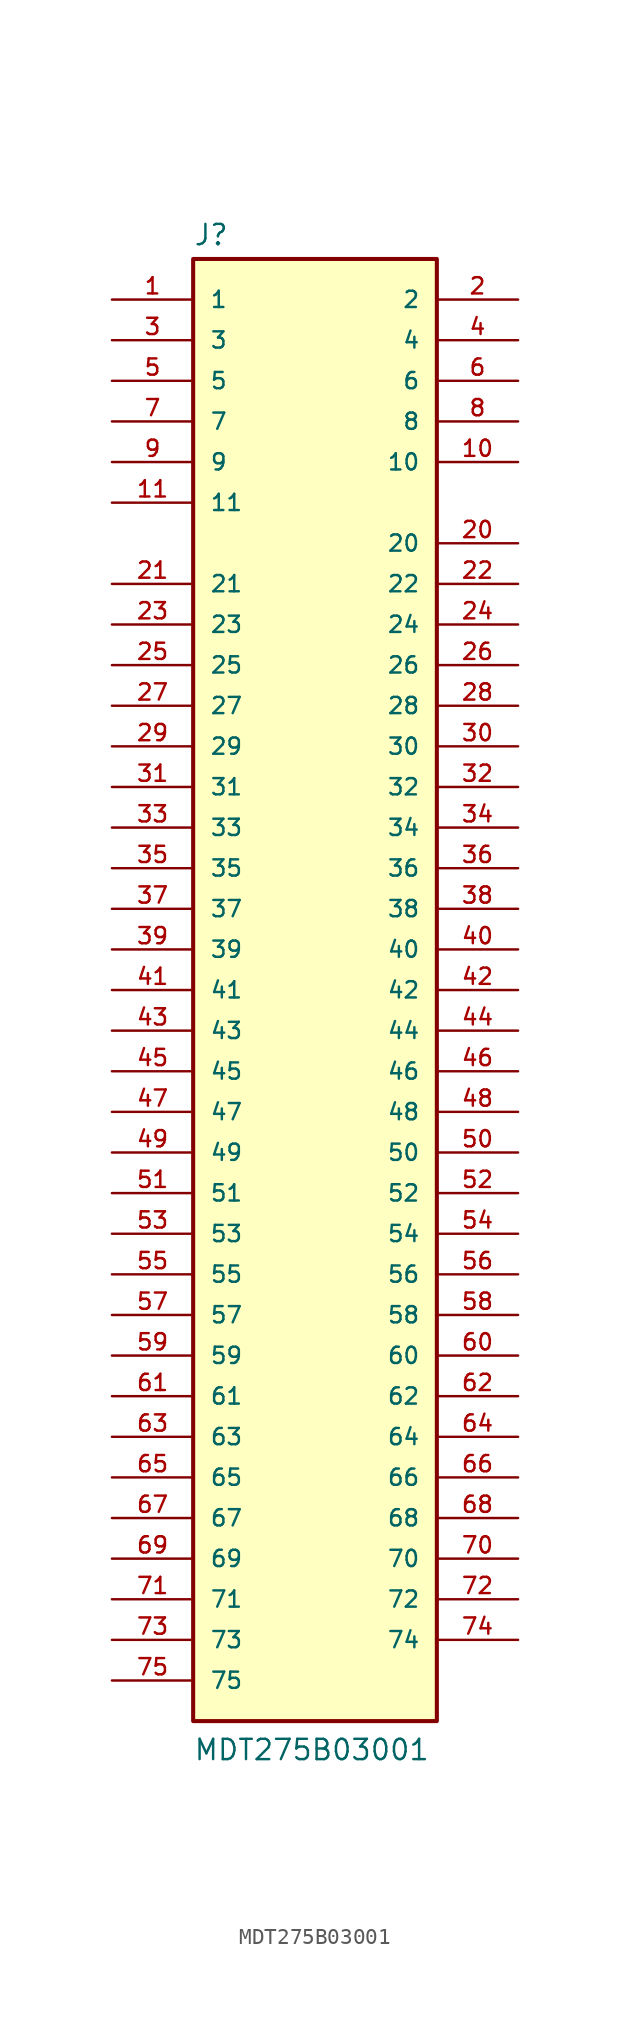
<source format=kicad_sym>
(kicad_symbol_lib
  (version 20211014)
  (generator kicad_symbol_editor)
  (symbol "MDT275B03001"
    (pin_names
      (offset 1.016))
    (property "Reference" "J"
      (at -7.62 46.482 0)
      (effects (font (size 1.27 1.27)) (justify bottom left)))
    (property "Value" "MDT275B03001"
      (at -7.62 -48.26 0)
      (effects (font (size 1.27 1.27)) (justify bottom left)))
    (symbol "MDT275B03001_0_0"
      (rectangle (start -7.62 -45.72) (end 7.62 45.72) (stroke (width 0.254)) (fill (type background)))
      (pin passive line (at -12.7 43.18 0) (length 5.08) (name "1" (effects (font (size 1.016 1.016)))) (number "1" (effects (font (size 1.016 1.016)))))
      (pin passive line (at 12.7 43.18 180.0) (length 5.08) (name "2" (effects (font (size 1.016 1.016)))) (number "2" (effects (font (size 1.016 1.016)))))
      (pin passive line (at -12.7 40.64 0) (length 5.08) (name "3" (effects (font (size 1.016 1.016)))) (number "3" (effects (font (size 1.016 1.016)))))
      (pin passive line (at 12.7 40.64 180.0) (length 5.08) (name "4" (effects (font (size 1.016 1.016)))) (number "4" (effects (font (size 1.016 1.016)))))
      (pin passive line (at -12.7 38.1 0) (length 5.08) (name "5" (effects (font (size 1.016 1.016)))) (number "5" (effects (font (size 1.016 1.016)))))
      (pin passive line (at 12.7 38.1 180.0) (length 5.08) (name "6" (effects (font (size 1.016 1.016)))) (number "6" (effects (font (size 1.016 1.016)))))
      (pin passive line (at -12.7 35.56 0) (length 5.08) (name "7" (effects (font (size 1.016 1.016)))) (number "7" (effects (font (size 1.016 1.016)))))
      (pin passive line (at 12.7 35.56 180.0) (length 5.08) (name "8" (effects (font (size 1.016 1.016)))) (number "8" (effects (font (size 1.016 1.016)))))
      (pin passive line (at -12.7 33.02 0) (length 5.08) (name "9" (effects (font (size 1.016 1.016)))) (number "9" (effects (font (size 1.016 1.016)))))
      (pin passive line (at 12.7 33.02 180.0) (length 5.08) (name "10" (effects (font (size 1.016 1.016)))) (number "10" (effects (font (size 1.016 1.016)))))
      (pin passive line (at -12.7 30.48 0) (length 5.08) (name "11" (effects (font (size 1.016 1.016)))) (number "11" (effects (font (size 1.016 1.016)))))
      (pin passive line (at 12.7 27.94 180.0) (length 5.08) (name "20" (effects (font (size 1.016 1.016)))) (number "20" (effects (font (size 1.016 1.016)))))
      (pin passive line (at -12.7 25.4 0) (length 5.08) (name "21" (effects (font (size 1.016 1.016)))) (number "21" (effects (font (size 1.016 1.016)))))
      (pin passive line (at 12.7 25.4 180.0) (length 5.08) (name "22" (effects (font (size 1.016 1.016)))) (number "22" (effects (font (size 1.016 1.016)))))
      (pin passive line (at -12.7 22.86 0) (length 5.08) (name "23" (effects (font (size 1.016 1.016)))) (number "23" (effects (font (size 1.016 1.016)))))
      (pin passive line (at 12.7 22.86 180.0) (length 5.08) (name "24" (effects (font (size 1.016 1.016)))) (number "24" (effects (font (size 1.016 1.016)))))
      (pin passive line (at -12.7 20.32 0) (length 5.08) (name "25" (effects (font (size 1.016 1.016)))) (number "25" (effects (font (size 1.016 1.016)))))
      (pin passive line (at 12.7 20.32 180.0) (length 5.08) (name "26" (effects (font (size 1.016 1.016)))) (number "26" (effects (font (size 1.016 1.016)))))
      (pin passive line (at -12.7 17.78 0) (length 5.08) (name "27" (effects (font (size 1.016 1.016)))) (number "27" (effects (font (size 1.016 1.016)))))
      (pin passive line (at 12.7 17.78 180.0) (length 5.08) (name "28" (effects (font (size 1.016 1.016)))) (number "28" (effects (font (size 1.016 1.016)))))
      (pin passive line (at -12.7 15.24 0) (length 5.08) (name "29" (effects (font (size 1.016 1.016)))) (number "29" (effects (font (size 1.016 1.016)))))
      (pin passive line (at 12.7 15.24 180.0) (length 5.08) (name "30" (effects (font (size 1.016 1.016)))) (number "30" (effects (font (size 1.016 1.016)))))
      (pin passive line (at -12.7 12.7 0) (length 5.08) (name "31" (effects (font (size 1.016 1.016)))) (number "31" (effects (font (size 1.016 1.016)))))
      (pin passive line (at 12.7 12.7 180.0) (length 5.08) (name "32" (effects (font (size 1.016 1.016)))) (number "32" (effects (font (size 1.016 1.016)))))
      (pin passive line (at -12.7 10.16 0) (length 5.08) (name "33" (effects (font (size 1.016 1.016)))) (number "33" (effects (font (size 1.016 1.016)))))
      (pin passive line (at 12.7 10.16 180.0) (length 5.08) (name "34" (effects (font (size 1.016 1.016)))) (number "34" (effects (font (size 1.016 1.016)))))
      (pin passive line (at -12.7 7.62 0) (length 5.08) (name "35" (effects (font (size 1.016 1.016)))) (number "35" (effects (font (size 1.016 1.016)))))
      (pin passive line (at 12.7 7.62 180.0) (length 5.08) (name "36" (effects (font (size 1.016 1.016)))) (number "36" (effects (font (size 1.016 1.016)))))
      (pin passive line (at -12.7 5.08 0) (length 5.08) (name "37" (effects (font (size 1.016 1.016)))) (number "37" (effects (font (size 1.016 1.016)))))
      (pin passive line (at 12.7 5.08 180.0) (length 5.08) (name "38" (effects (font (size 1.016 1.016)))) (number "38" (effects (font (size 1.016 1.016)))))
      (pin passive line (at -12.7 2.54 0) (length 5.08) (name "39" (effects (font (size 1.016 1.016)))) (number "39" (effects (font (size 1.016 1.016)))))
      (pin passive line (at 12.7 2.54 180.0) (length 5.08) (name "40" (effects (font (size 1.016 1.016)))) (number "40" (effects (font (size 1.016 1.016)))))
      (pin passive line (at -12.7 0.0 0) (length 5.08) (name "41" (effects (font (size 1.016 1.016)))) (number "41" (effects (font (size 1.016 1.016)))))
      (pin passive line (at 12.7 0.0 180.0) (length 5.08) (name "42" (effects (font (size 1.016 1.016)))) (number "42" (effects (font (size 1.016 1.016)))))
      (pin passive line (at -12.7 -2.54 0) (length 5.08) (name "43" (effects (font (size 1.016 1.016)))) (number "43" (effects (font (size 1.016 1.016)))))
      (pin passive line (at 12.7 -2.54 180.0) (length 5.08) (name "44" (effects (font (size 1.016 1.016)))) (number "44" (effects (font (size 1.016 1.016)))))
      (pin passive line (at -12.7 -5.08 0) (length 5.08) (name "45" (effects (font (size 1.016 1.016)))) (number "45" (effects (font (size 1.016 1.016)))))
      (pin passive line (at 12.7 -5.08 180.0) (length 5.08) (name "46" (effects (font (size 1.016 1.016)))) (number "46" (effects (font (size 1.016 1.016)))))
      (pin passive line (at -12.7 -7.62 0) (length 5.08) (name "47" (effects (font (size 1.016 1.016)))) (number "47" (effects (font (size 1.016 1.016)))))
      (pin passive line (at 12.7 -7.62 180.0) (length 5.08) (name "48" (effects (font (size 1.016 1.016)))) (number "48" (effects (font (size 1.016 1.016)))))
      (pin passive line (at -12.7 -10.16 0) (length 5.08) (name "49" (effects (font (size 1.016 1.016)))) (number "49" (effects (font (size 1.016 1.016)))))
      (pin passive line (at 12.7 -10.16 180.0) (length 5.08) (name "50" (effects (font (size 1.016 1.016)))) (number "50" (effects (font (size 1.016 1.016)))))
      (pin passive line (at -12.7 -12.7 0) (length 5.08) (name "51" (effects (font (size 1.016 1.016)))) (number "51" (effects (font (size 1.016 1.016)))))
      (pin passive line (at 12.7 -12.7 180.0) (length 5.08) (name "52" (effects (font (size 1.016 1.016)))) (number "52" (effects (font (size 1.016 1.016)))))
      (pin passive line (at -12.7 -15.24 0) (length 5.08) (name "53" (effects (font (size 1.016 1.016)))) (number "53" (effects (font (size 1.016 1.016)))))
      (pin passive line (at 12.7 -15.24 180.0) (length 5.08) (name "54" (effects (font (size 1.016 1.016)))) (number "54" (effects (font (size 1.016 1.016)))))
      (pin passive line (at -12.7 -17.78 0) (length 5.08) (name "55" (effects (font (size 1.016 1.016)))) (number "55" (effects (font (size 1.016 1.016)))))
      (pin passive line (at 12.7 -17.78 180.0) (length 5.08) (name "56" (effects (font (size 1.016 1.016)))) (number "56" (effects (font (size 1.016 1.016)))))
      (pin passive line (at -12.7 -20.32 0) (length 5.08) (name "57" (effects (font (size 1.016 1.016)))) (number "57" (effects (font (size 1.016 1.016)))))
      (pin passive line (at 12.7 -20.32 180.0) (length 5.08) (name "58" (effects (font (size 1.016 1.016)))) (number "58" (effects (font (size 1.016 1.016)))))
      (pin passive line (at -12.7 -33.02 0) (length 5.08) (name "67" (effects (font (size 1.016 1.016)))) (number "67" (effects (font (size 1.016 1.016)))))
      (pin passive line (at 12.7 -33.02 180.0) (length 5.08) (name "68" (effects (font (size 1.016 1.016)))) (number "68" (effects (font (size 1.016 1.016)))))
      (pin passive line (at -12.7 -35.56 0) (length 5.08) (name "69" (effects (font (size 1.016 1.016)))) (number "69" (effects (font (size 1.016 1.016)))))
      (pin passive line (at 12.7 -35.56 180.0) (length 5.08) (name "70" (effects (font (size 1.016 1.016)))) (number "70" (effects (font (size 1.016 1.016)))))
      (pin passive line (at -12.7 -38.1 0) (length 5.08) (name "71" (effects (font (size 1.016 1.016)))) (number "71" (effects (font (size 1.016 1.016)))))
      (pin passive line (at 12.7 -38.1 180.0) (length 5.08) (name "72" (effects (font (size 1.016 1.016)))) (number "72" (effects (font (size 1.016 1.016)))))
      (pin passive line (at -12.7 -40.64 0) (length 5.08) (name "73" (effects (font (size 1.016 1.016)))) (number "73" (effects (font (size 1.016 1.016)))))
      (pin passive line (at 12.7 -40.64 180.0) (length 5.08) (name "74" (effects (font (size 1.016 1.016)))) (number "74" (effects (font (size 1.016 1.016)))))
      (pin passive line (at -12.7 -43.18 0) (length 5.08) (name "75" (effects (font (size 1.016 1.016)))) (number "75" (effects (font (size 1.016 1.016)))))
      (pin passive line (at -12.7 -22.86 0) (length 5.08) (name "59" (effects (font (size 1.016 1.016)))) (number "59" (effects (font (size 1.016 1.016)))))
      (pin passive line (at 12.7 -22.86 180.0) (length 5.08) (name "60" (effects (font (size 1.016 1.016)))) (number "60" (effects (font (size 1.016 1.016)))))
      (pin passive line (at -12.7 -25.4 0) (length 5.08) (name "61" (effects (font (size 1.016 1.016)))) (number "61" (effects (font (size 1.016 1.016)))))
      (pin passive line (at 12.7 -25.4 180.0) (length 5.08) (name "62" (effects (font (size 1.016 1.016)))) (number "62" (effects (font (size 1.016 1.016)))))
      (pin passive line (at -12.7 -27.94 0) (length 5.08) (name "63" (effects (font (size 1.016 1.016)))) (number "63" (effects (font (size 1.016 1.016)))))
      (pin passive line (at 12.7 -27.94 180.0) (length 5.08) (name "64" (effects (font (size 1.016 1.016)))) (number "64" (effects (font (size 1.016 1.016)))))
      (pin passive line (at -12.7 -30.48 0) (length 5.08) (name "65" (effects (font (size 1.016 1.016)))) (number "65" (effects (font (size 1.016 1.016)))))
      (pin passive line (at 12.7 -30.48 180.0) (length 5.08) (name "66" (effects (font (size 1.016 1.016)))) (number "66" (effects (font (size 1.016 1.016))))))))
</source>
